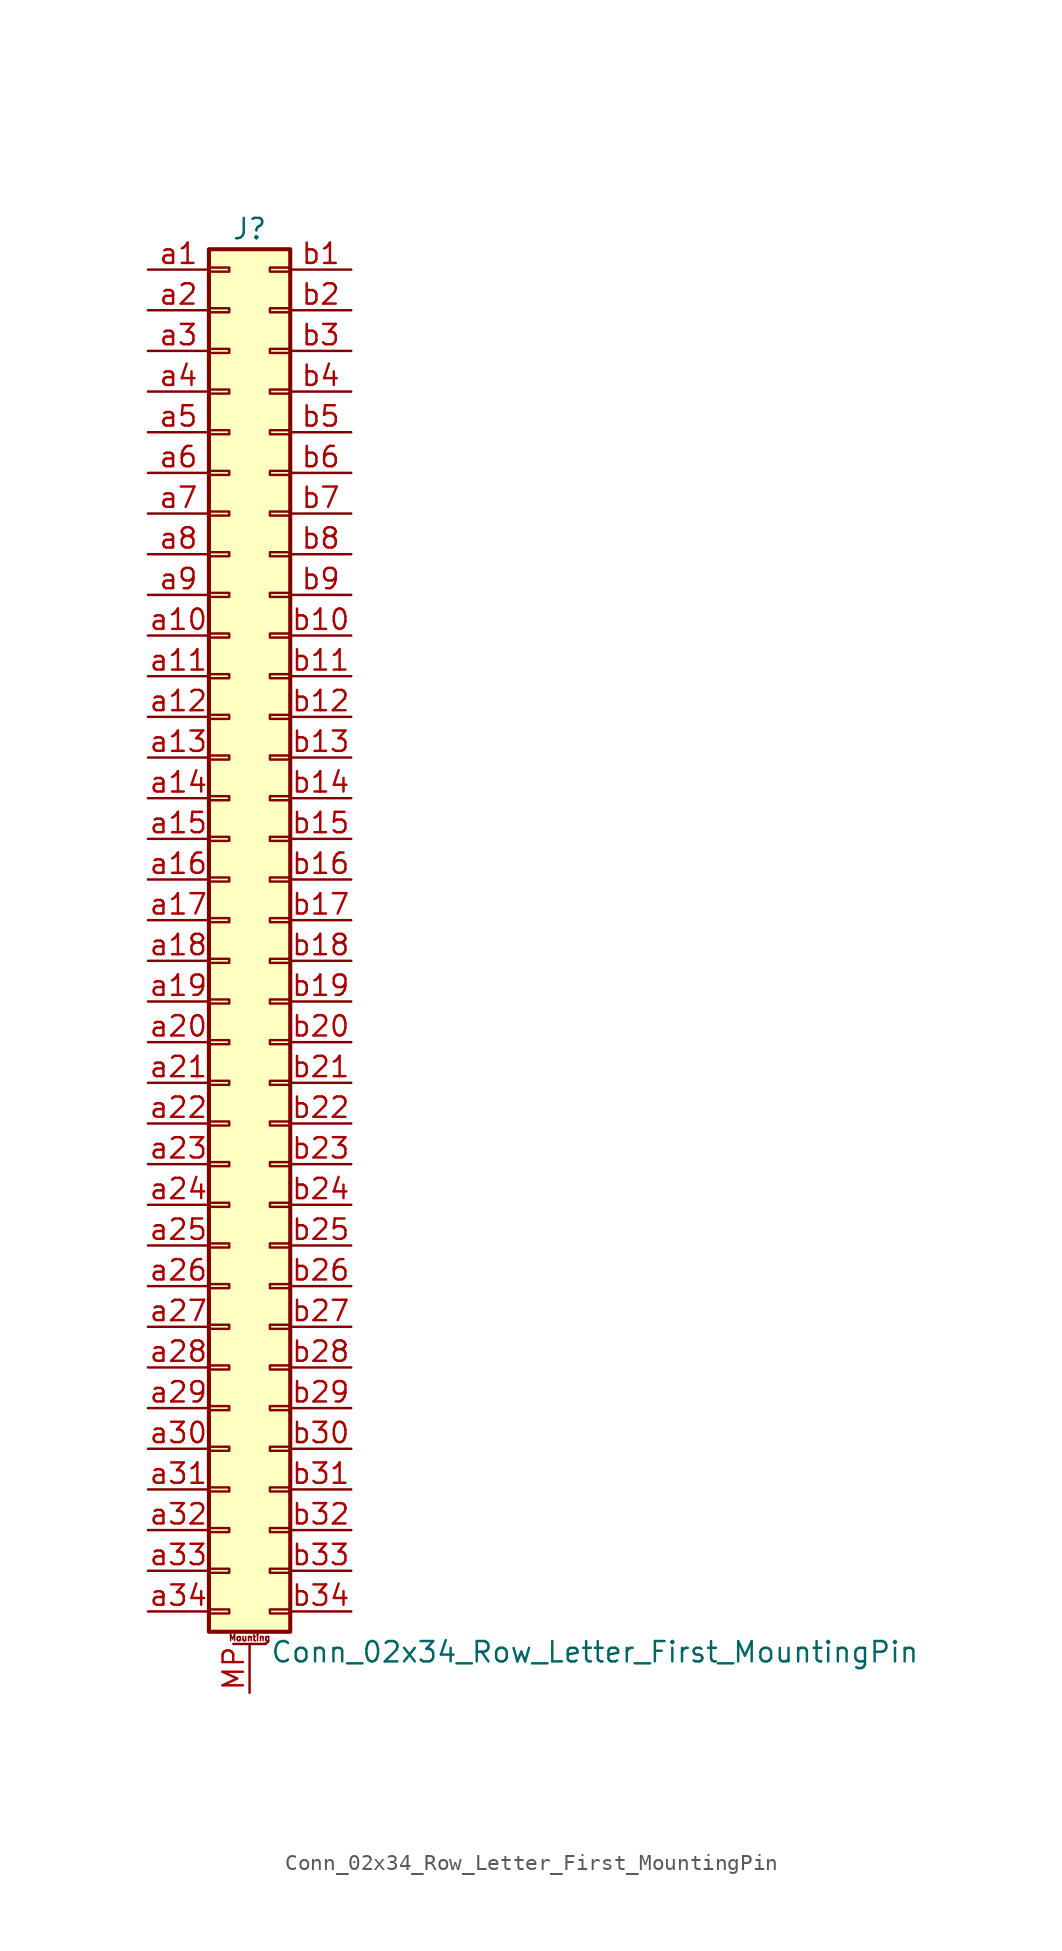
<source format=kicad_sym>
(kicad_symbol_lib
  (version 20220914)
  (generator kicad_symbol_editor)
  (symbol "Conn_02x34_Row_Letter_First_MountingPin"
    (pin_names
      (offset 1.016) hide)
    (property "Reference" "J"
      (at 1.27 43.18 0)
      (effects (font (size 1.27 1.27))))
    (property "Value" "Conn_02x34_Row_Letter_First_MountingPin"
      (at 2.54 -45.72 0)
      (effects (font (size 1.27 1.27)) (justify left)))
    (symbol "Conn_02x34_Row_Letter_First_MountingPin_1_1"
      (rectangle (start -1.27 -43.053) (end 0 -43.307) (stroke (width 0.152) (type default)) (fill (type none)))
      (rectangle (start -1.27 -40.513) (end 0 -40.767) (stroke (width 0.152) (type default)) (fill (type none)))
      (rectangle (start -1.27 -37.973) (end 0 -38.227) (stroke (width 0.152) (type default)) (fill (type none)))
      (rectangle (start -1.27 -35.433) (end 0 -35.687) (stroke (width 0.152) (type default)) (fill (type none)))
      (rectangle (start -1.27 -32.893) (end 0 -33.147) (stroke (width 0.152) (type default)) (fill (type none)))
      (rectangle (start -1.27 -30.353) (end 0 -30.607) (stroke (width 0.152) (type default)) (fill (type none)))
      (rectangle (start -1.27 -27.813) (end 0 -28.067) (stroke (width 0.152) (type default)) (fill (type none)))
      (rectangle (start -1.27 -25.273) (end 0 -25.527) (stroke (width 0.152) (type default)) (fill (type none)))
      (rectangle (start -1.27 -22.733) (end 0 -22.987) (stroke (width 0.152) (type default)) (fill (type none)))
      (rectangle (start -1.27 -20.193) (end 0 -20.447) (stroke (width 0.152) (type default)) (fill (type none)))
      (rectangle (start -1.27 -17.653) (end 0 -17.907) (stroke (width 0.152) (type default)) (fill (type none)))
      (rectangle (start -1.27 -15.113) (end 0 -15.367) (stroke (width 0.152) (type default)) (fill (type none)))
      (rectangle (start -1.27 -12.573) (end 0 -12.827) (stroke (width 0.152) (type default)) (fill (type none)))
      (rectangle (start -1.27 -10.033) (end 0 -10.287) (stroke (width 0.152) (type default)) (fill (type none)))
      (rectangle (start -1.27 -7.493) (end 0 -7.747) (stroke (width 0.152) (type default)) (fill (type none)))
      (rectangle (start -1.27 -4.953) (end 0 -5.207) (stroke (width 0.152) (type default)) (fill (type none)))
      (rectangle (start -1.27 -2.413) (end 0 -2.667) (stroke (width 0.152) (type default)) (fill (type none)))
      (rectangle (start -1.27 0.127) (end 0 -0.127) (stroke (width 0.152) (type default)) (fill (type none)))
      (rectangle (start -1.27 2.667) (end 0 2.413) (stroke (width 0.152) (type default)) (fill (type none)))
      (rectangle (start -1.27 5.207) (end 0 4.953) (stroke (width 0.152) (type default)) (fill (type none)))
      (rectangle (start -1.27 7.747) (end 0 7.493) (stroke (width 0.152) (type default)) (fill (type none)))
      (rectangle (start -1.27 10.287) (end 0 10.033) (stroke (width 0.152) (type default)) (fill (type none)))
      (rectangle (start -1.27 12.827) (end 0 12.573) (stroke (width 0.152) (type default)) (fill (type none)))
      (rectangle (start -1.27 15.367) (end 0 15.113) (stroke (width 0.152) (type default)) (fill (type none)))
      (rectangle (start -1.27 17.907) (end 0 17.653) (stroke (width 0.152) (type default)) (fill (type none)))
      (rectangle (start -1.27 20.447) (end 0 20.193) (stroke (width 0.152) (type default)) (fill (type none)))
      (rectangle (start -1.27 22.987) (end 0 22.733) (stroke (width 0.152) (type default)) (fill (type none)))
      (rectangle (start -1.27 25.527) (end 0 25.273) (stroke (width 0.152) (type default)) (fill (type none)))
      (rectangle (start -1.27 28.067) (end 0 27.813) (stroke (width 0.152) (type default)) (fill (type none)))
      (rectangle (start -1.27 30.607) (end 0 30.353) (stroke (width 0.152) (type default)) (fill (type none)))
      (rectangle (start -1.27 33.147) (end 0 32.893) (stroke (width 0.152) (type default)) (fill (type none)))
      (rectangle (start -1.27 35.687) (end 0 35.433) (stroke (width 0.152) (type default)) (fill (type none)))
      (rectangle (start -1.27 38.227) (end 0 37.973) (stroke (width 0.152) (type default)) (fill (type none)))
      (rectangle (start -1.27 40.767) (end 0 40.513) (stroke (width 0.152) (type default)) (fill (type none)))
      (rectangle (start -1.27 41.91) (end 3.81 -44.45) (stroke (width 0.254) (type default)) (fill (type background)))
      (polyline (pts (xy 0.254 -45.212) (xy 2.286 -45.212)) (stroke (width 0.152) (type default)) (fill (type none)))
      (rectangle (start 3.81 -43.053) (end 2.54 -43.307) (stroke (width 0.152) (type default)) (fill (type none)))
      (rectangle (start 3.81 -40.513) (end 2.54 -40.767) (stroke (width 0.152) (type default)) (fill (type none)))
      (rectangle (start 3.81 -37.973) (end 2.54 -38.227) (stroke (width 0.152) (type default)) (fill (type none)))
      (rectangle (start 3.81 -35.433) (end 2.54 -35.687) (stroke (width 0.152) (type default)) (fill (type none)))
      (rectangle (start 3.81 -32.893) (end 2.54 -33.147) (stroke (width 0.152) (type default)) (fill (type none)))
      (rectangle (start 3.81 -30.353) (end 2.54 -30.607) (stroke (width 0.152) (type default)) (fill (type none)))
      (rectangle (start 3.81 -27.813) (end 2.54 -28.067) (stroke (width 0.152) (type default)) (fill (type none)))
      (rectangle (start 3.81 -25.273) (end 2.54 -25.527) (stroke (width 0.152) (type default)) (fill (type none)))
      (rectangle (start 3.81 -22.733) (end 2.54 -22.987) (stroke (width 0.152) (type default)) (fill (type none)))
      (rectangle (start 3.81 -20.193) (end 2.54 -20.447) (stroke (width 0.152) (type default)) (fill (type none)))
      (rectangle (start 3.81 -17.653) (end 2.54 -17.907) (stroke (width 0.152) (type default)) (fill (type none)))
      (rectangle (start 3.81 -15.113) (end 2.54 -15.367) (stroke (width 0.152) (type default)) (fill (type none)))
      (rectangle (start 3.81 -12.573) (end 2.54 -12.827) (stroke (width 0.152) (type default)) (fill (type none)))
      (rectangle (start 3.81 -10.033) (end 2.54 -10.287) (stroke (width 0.152) (type default)) (fill (type none)))
      (rectangle (start 3.81 -7.493) (end 2.54 -7.747) (stroke (width 0.152) (type default)) (fill (type none)))
      (rectangle (start 3.81 -4.953) (end 2.54 -5.207) (stroke (width 0.152) (type default)) (fill (type none)))
      (rectangle (start 3.81 -2.413) (end 2.54 -2.667) (stroke (width 0.152) (type default)) (fill (type none)))
      (rectangle (start 3.81 0.127) (end 2.54 -0.127) (stroke (width 0.152) (type default)) (fill (type none)))
      (rectangle (start 3.81 2.667) (end 2.54 2.413) (stroke (width 0.152) (type default)) (fill (type none)))
      (rectangle (start 3.81 5.207) (end 2.54 4.953) (stroke (width 0.152) (type default)) (fill (type none)))
      (rectangle (start 3.81 7.747) (end 2.54 7.493) (stroke (width 0.152) (type default)) (fill (type none)))
      (rectangle (start 3.81 10.287) (end 2.54 10.033) (stroke (width 0.152) (type default)) (fill (type none)))
      (rectangle (start 3.81 12.827) (end 2.54 12.573) (stroke (width 0.152) (type default)) (fill (type none)))
      (rectangle (start 3.81 15.367) (end 2.54 15.113) (stroke (width 0.152) (type default)) (fill (type none)))
      (rectangle (start 3.81 17.907) (end 2.54 17.653) (stroke (width 0.152) (type default)) (fill (type none)))
      (rectangle (start 3.81 20.447) (end 2.54 20.193) (stroke (width 0.152) (type default)) (fill (type none)))
      (rectangle (start 3.81 22.987) (end 2.54 22.733) (stroke (width 0.152) (type default)) (fill (type none)))
      (rectangle (start 3.81 25.527) (end 2.54 25.273) (stroke (width 0.152) (type default)) (fill (type none)))
      (rectangle (start 3.81 28.067) (end 2.54 27.813) (stroke (width 0.152) (type default)) (fill (type none)))
      (rectangle (start 3.81 30.607) (end 2.54 30.353) (stroke (width 0.152) (type default)) (fill (type none)))
      (rectangle (start 3.81 33.147) (end 2.54 32.893) (stroke (width 0.152) (type default)) (fill (type none)))
      (rectangle (start 3.81 35.687) (end 2.54 35.433) (stroke (width 0.152) (type default)) (fill (type none)))
      (rectangle (start 3.81 38.227) (end 2.54 37.973) (stroke (width 0.152) (type default)) (fill (type none)))
      (rectangle (start 3.81 40.767) (end 2.54 40.513) (stroke (width 0.152) (type default)) (fill (type none)))
      (text "Mounting" (at 1.27 -44.831 0) (effects (font (size 0.381 0.381))))
      (pin passive line (at 1.27 -48.26 90) (length 3.048) (name "MountPin" (effects (font (size 1.27 1.27)))) (number "MP" (effects (font (size 1.27 1.27)))))
      (pin passive line (at -5.08 40.64 0) (length 3.81) (name "Pin_a1" (effects (font (size 1.27 1.27)))) (number "a1" (effects (font (size 1.27 1.27)))))
      (pin passive line (at -5.08 17.78 0) (length 3.81) (name "Pin_a10" (effects (font (size 1.27 1.27)))) (number "a10" (effects (font (size 1.27 1.27)))))
      (pin passive line (at -5.08 15.24 0) (length 3.81) (name "Pin_a11" (effects (font (size 1.27 1.27)))) (number "a11" (effects (font (size 1.27 1.27)))))
      (pin passive line (at -5.08 12.7 0) (length 3.81) (name "Pin_a12" (effects (font (size 1.27 1.27)))) (number "a12" (effects (font (size 1.27 1.27)))))
      (pin passive line (at -5.08 10.16 0) (length 3.81) (name "Pin_a13" (effects (font (size 1.27 1.27)))) (number "a13" (effects (font (size 1.27 1.27)))))
      (pin passive line (at -5.08 7.62 0) (length 3.81) (name "Pin_a14" (effects (font (size 1.27 1.27)))) (number "a14" (effects (font (size 1.27 1.27)))))
      (pin passive line (at -5.08 5.08 0) (length 3.81) (name "Pin_a15" (effects (font (size 1.27 1.27)))) (number "a15" (effects (font (size 1.27 1.27)))))
      (pin passive line (at -5.08 2.54 0) (length 3.81) (name "Pin_a16" (effects (font (size 1.27 1.27)))) (number "a16" (effects (font (size 1.27 1.27)))))
      (pin passive line (at -5.08 0 0) (length 3.81) (name "Pin_a17" (effects (font (size 1.27 1.27)))) (number "a17" (effects (font (size 1.27 1.27)))))
      (pin passive line (at -5.08 -2.54 0) (length 3.81) (name "Pin_a18" (effects (font (size 1.27 1.27)))) (number "a18" (effects (font (size 1.27 1.27)))))
      (pin passive line (at -5.08 -5.08 0) (length 3.81) (name "Pin_a19" (effects (font (size 1.27 1.27)))) (number "a19" (effects (font (size 1.27 1.27)))))
      (pin passive line (at -5.08 38.1 0) (length 3.81) (name "Pin_a2" (effects (font (size 1.27 1.27)))) (number "a2" (effects (font (size 1.27 1.27)))))
      (pin passive line (at -5.08 -7.62 0) (length 3.81) (name "Pin_a20" (effects (font (size 1.27 1.27)))) (number "a20" (effects (font (size 1.27 1.27)))))
      (pin passive line (at -5.08 -10.16 0) (length 3.81) (name "Pin_a21" (effects (font (size 1.27 1.27)))) (number "a21" (effects (font (size 1.27 1.27)))))
      (pin passive line (at -5.08 -12.7 0) (length 3.81) (name "Pin_a22" (effects (font (size 1.27 1.27)))) (number "a22" (effects (font (size 1.27 1.27)))))
      (pin passive line (at -5.08 -15.24 0) (length 3.81) (name "Pin_a23" (effects (font (size 1.27 1.27)))) (number "a23" (effects (font (size 1.27 1.27)))))
      (pin passive line (at -5.08 -17.78 0) (length 3.81) (name "Pin_a24" (effects (font (size 1.27 1.27)))) (number "a24" (effects (font (size 1.27 1.27)))))
      (pin passive line (at -5.08 -20.32 0) (length 3.81) (name "Pin_a25" (effects (font (size 1.27 1.27)))) (number "a25" (effects (font (size 1.27 1.27)))))
      (pin passive line (at -5.08 -22.86 0) (length 3.81) (name "Pin_a26" (effects (font (size 1.27 1.27)))) (number "a26" (effects (font (size 1.27 1.27)))))
      (pin passive line (at -5.08 -25.4 0) (length 3.81) (name "Pin_a27" (effects (font (size 1.27 1.27)))) (number "a27" (effects (font (size 1.27 1.27)))))
      (pin passive line (at -5.08 -27.94 0) (length 3.81) (name "Pin_a28" (effects (font (size 1.27 1.27)))) (number "a28" (effects (font (size 1.27 1.27)))))
      (pin passive line (at -5.08 -30.48 0) (length 3.81) (name "Pin_a29" (effects (font (size 1.27 1.27)))) (number "a29" (effects (font (size 1.27 1.27)))))
      (pin passive line (at -5.08 35.56 0) (length 3.81) (name "Pin_a3" (effects (font (size 1.27 1.27)))) (number "a3" (effects (font (size 1.27 1.27)))))
      (pin passive line (at -5.08 -33.02 0) (length 3.81) (name "Pin_a30" (effects (font (size 1.27 1.27)))) (number "a30" (effects (font (size 1.27 1.27)))))
      (pin passive line (at -5.08 -35.56 0) (length 3.81) (name "Pin_a31" (effects (font (size 1.27 1.27)))) (number "a31" (effects (font (size 1.27 1.27)))))
      (pin passive line (at -5.08 -38.1 0) (length 3.81) (name "Pin_a32" (effects (font (size 1.27 1.27)))) (number "a32" (effects (font (size 1.27 1.27)))))
      (pin passive line (at -5.08 -40.64 0) (length 3.81) (name "Pin_a33" (effects (font (size 1.27 1.27)))) (number "a33" (effects (font (size 1.27 1.27)))))
      (pin passive line (at -5.08 -43.18 0) (length 3.81) (name "Pin_a34" (effects (font (size 1.27 1.27)))) (number "a34" (effects (font (size 1.27 1.27)))))
      (pin passive line (at -5.08 33.02 0) (length 3.81) (name "Pin_a4" (effects (font (size 1.27 1.27)))) (number "a4" (effects (font (size 1.27 1.27)))))
      (pin passive line (at -5.08 30.48 0) (length 3.81) (name "Pin_a5" (effects (font (size 1.27 1.27)))) (number "a5" (effects (font (size 1.27 1.27)))))
      (pin passive line (at -5.08 27.94 0) (length 3.81) (name "Pin_a6" (effects (font (size 1.27 1.27)))) (number "a6" (effects (font (size 1.27 1.27)))))
      (pin passive line (at -5.08 25.4 0) (length 3.81) (name "Pin_a7" (effects (font (size 1.27 1.27)))) (number "a7" (effects (font (size 1.27 1.27)))))
      (pin passive line (at -5.08 22.86 0) (length 3.81) (name "Pin_a8" (effects (font (size 1.27 1.27)))) (number "a8" (effects (font (size 1.27 1.27)))))
      (pin passive line (at -5.08 20.32 0) (length 3.81) (name "Pin_a9" (effects (font (size 1.27 1.27)))) (number "a9" (effects (font (size 1.27 1.27)))))
      (pin passive line (at 7.62 40.64 180) (length 3.81) (name "Pin_b1" (effects (font (size 1.27 1.27)))) (number "b1" (effects (font (size 1.27 1.27)))))
      (pin passive line (at 7.62 17.78 180) (length 3.81) (name "Pin_b10" (effects (font (size 1.27 1.27)))) (number "b10" (effects (font (size 1.27 1.27)))))
      (pin passive line (at 7.62 15.24 180) (length 3.81) (name "Pin_b11" (effects (font (size 1.27 1.27)))) (number "b11" (effects (font (size 1.27 1.27)))))
      (pin passive line (at 7.62 12.7 180) (length 3.81) (name "Pin_b12" (effects (font (size 1.27 1.27)))) (number "b12" (effects (font (size 1.27 1.27)))))
      (pin passive line (at 7.62 10.16 180) (length 3.81) (name "Pin_b13" (effects (font (size 1.27 1.27)))) (number "b13" (effects (font (size 1.27 1.27)))))
      (pin passive line (at 7.62 7.62 180) (length 3.81) (name "Pin_b14" (effects (font (size 1.27 1.27)))) (number "b14" (effects (font (size 1.27 1.27)))))
      (pin passive line (at 7.62 5.08 180) (length 3.81) (name "Pin_b15" (effects (font (size 1.27 1.27)))) (number "b15" (effects (font (size 1.27 1.27)))))
      (pin passive line (at 7.62 2.54 180) (length 3.81) (name "Pin_b16" (effects (font (size 1.27 1.27)))) (number "b16" (effects (font (size 1.27 1.27)))))
      (pin passive line (at 7.62 0 180) (length 3.81) (name "Pin_b17" (effects (font (size 1.27 1.27)))) (number "b17" (effects (font (size 1.27 1.27)))))
      (pin passive line (at 7.62 -2.54 180) (length 3.81) (name "Pin_b18" (effects (font (size 1.27 1.27)))) (number "b18" (effects (font (size 1.27 1.27)))))
      (pin passive line (at 7.62 -5.08 180) (length 3.81) (name "Pin_b19" (effects (font (size 1.27 1.27)))) (number "b19" (effects (font (size 1.27 1.27)))))
      (pin passive line (at 7.62 38.1 180) (length 3.81) (name "Pin_b2" (effects (font (size 1.27 1.27)))) (number "b2" (effects (font (size 1.27 1.27)))))
      (pin passive line (at 7.62 -7.62 180) (length 3.81) (name "Pin_b20" (effects (font (size 1.27 1.27)))) (number "b20" (effects (font (size 1.27 1.27)))))
      (pin passive line (at 7.62 -10.16 180) (length 3.81) (name "Pin_b21" (effects (font (size 1.27 1.27)))) (number "b21" (effects (font (size 1.27 1.27)))))
      (pin passive line (at 7.62 -12.7 180) (length 3.81) (name "Pin_b22" (effects (font (size 1.27 1.27)))) (number "b22" (effects (font (size 1.27 1.27)))))
      (pin passive line (at 7.62 -15.24 180) (length 3.81) (name "Pin_b23" (effects (font (size 1.27 1.27)))) (number "b23" (effects (font (size 1.27 1.27)))))
      (pin passive line (at 7.62 -17.78 180) (length 3.81) (name "Pin_b24" (effects (font (size 1.27 1.27)))) (number "b24" (effects (font (size 1.27 1.27)))))
      (pin passive line (at 7.62 -20.32 180) (length 3.81) (name "Pin_b25" (effects (font (size 1.27 1.27)))) (number "b25" (effects (font (size 1.27 1.27)))))
      (pin passive line (at 7.62 -22.86 180) (length 3.81) (name "Pin_b26" (effects (font (size 1.27 1.27)))) (number "b26" (effects (font (size 1.27 1.27)))))
      (pin passive line (at 7.62 -25.4 180) (length 3.81) (name "Pin_b27" (effects (font (size 1.27 1.27)))) (number "b27" (effects (font (size 1.27 1.27)))))
      (pin passive line (at 7.62 -27.94 180) (length 3.81) (name "Pin_b28" (effects (font (size 1.27 1.27)))) (number "b28" (effects (font (size 1.27 1.27)))))
      (pin passive line (at 7.62 -30.48 180) (length 3.81) (name "Pin_b29" (effects (font (size 1.27 1.27)))) (number "b29" (effects (font (size 1.27 1.27)))))
      (pin passive line (at 7.62 35.56 180) (length 3.81) (name "Pin_b3" (effects (font (size 1.27 1.27)))) (number "b3" (effects (font (size 1.27 1.27)))))
      (pin passive line (at 7.62 -33.02 180) (length 3.81) (name "Pin_b30" (effects (font (size 1.27 1.27)))) (number "b30" (effects (font (size 1.27 1.27)))))
      (pin passive line (at 7.62 -35.56 180) (length 3.81) (name "Pin_b31" (effects (font (size 1.27 1.27)))) (number "b31" (effects (font (size 1.27 1.27)))))
      (pin passive line (at 7.62 -38.1 180) (length 3.81) (name "Pin_b32" (effects (font (size 1.27 1.27)))) (number "b32" (effects (font (size 1.27 1.27)))))
      (pin passive line (at 7.62 -40.64 180) (length 3.81) (name "Pin_b33" (effects (font (size 1.27 1.27)))) (number "b33" (effects (font (size 1.27 1.27)))))
      (pin passive line (at 7.62 -43.18 180) (length 3.81) (name "Pin_b34" (effects (font (size 1.27 1.27)))) (number "b34" (effects (font (size 1.27 1.27)))))
      (pin passive line (at 7.62 33.02 180) (length 3.81) (name "Pin_b4" (effects (font (size 1.27 1.27)))) (number "b4" (effects (font (size 1.27 1.27)))))
      (pin passive line (at 7.62 30.48 180) (length 3.81) (name "Pin_b5" (effects (font (size 1.27 1.27)))) (number "b5" (effects (font (size 1.27 1.27)))))
      (pin passive line (at 7.62 27.94 180) (length 3.81) (name "Pin_b6" (effects (font (size 1.27 1.27)))) (number "b6" (effects (font (size 1.27 1.27)))))
      (pin passive line (at 7.62 25.4 180) (length 3.81) (name "Pin_b7" (effects (font (size 1.27 1.27)))) (number "b7" (effects (font (size 1.27 1.27)))))
      (pin passive line (at 7.62 22.86 180) (length 3.81) (name "Pin_b8" (effects (font (size 1.27 1.27)))) (number "b8" (effects (font (size 1.27 1.27)))))
      (pin passive line (at 7.62 20.32 180) (length 3.81) (name "Pin_b9" (effects (font (size 1.27 1.27)))) (number "b9" (effects (font (size 1.27 1.27))))))))
</source>
